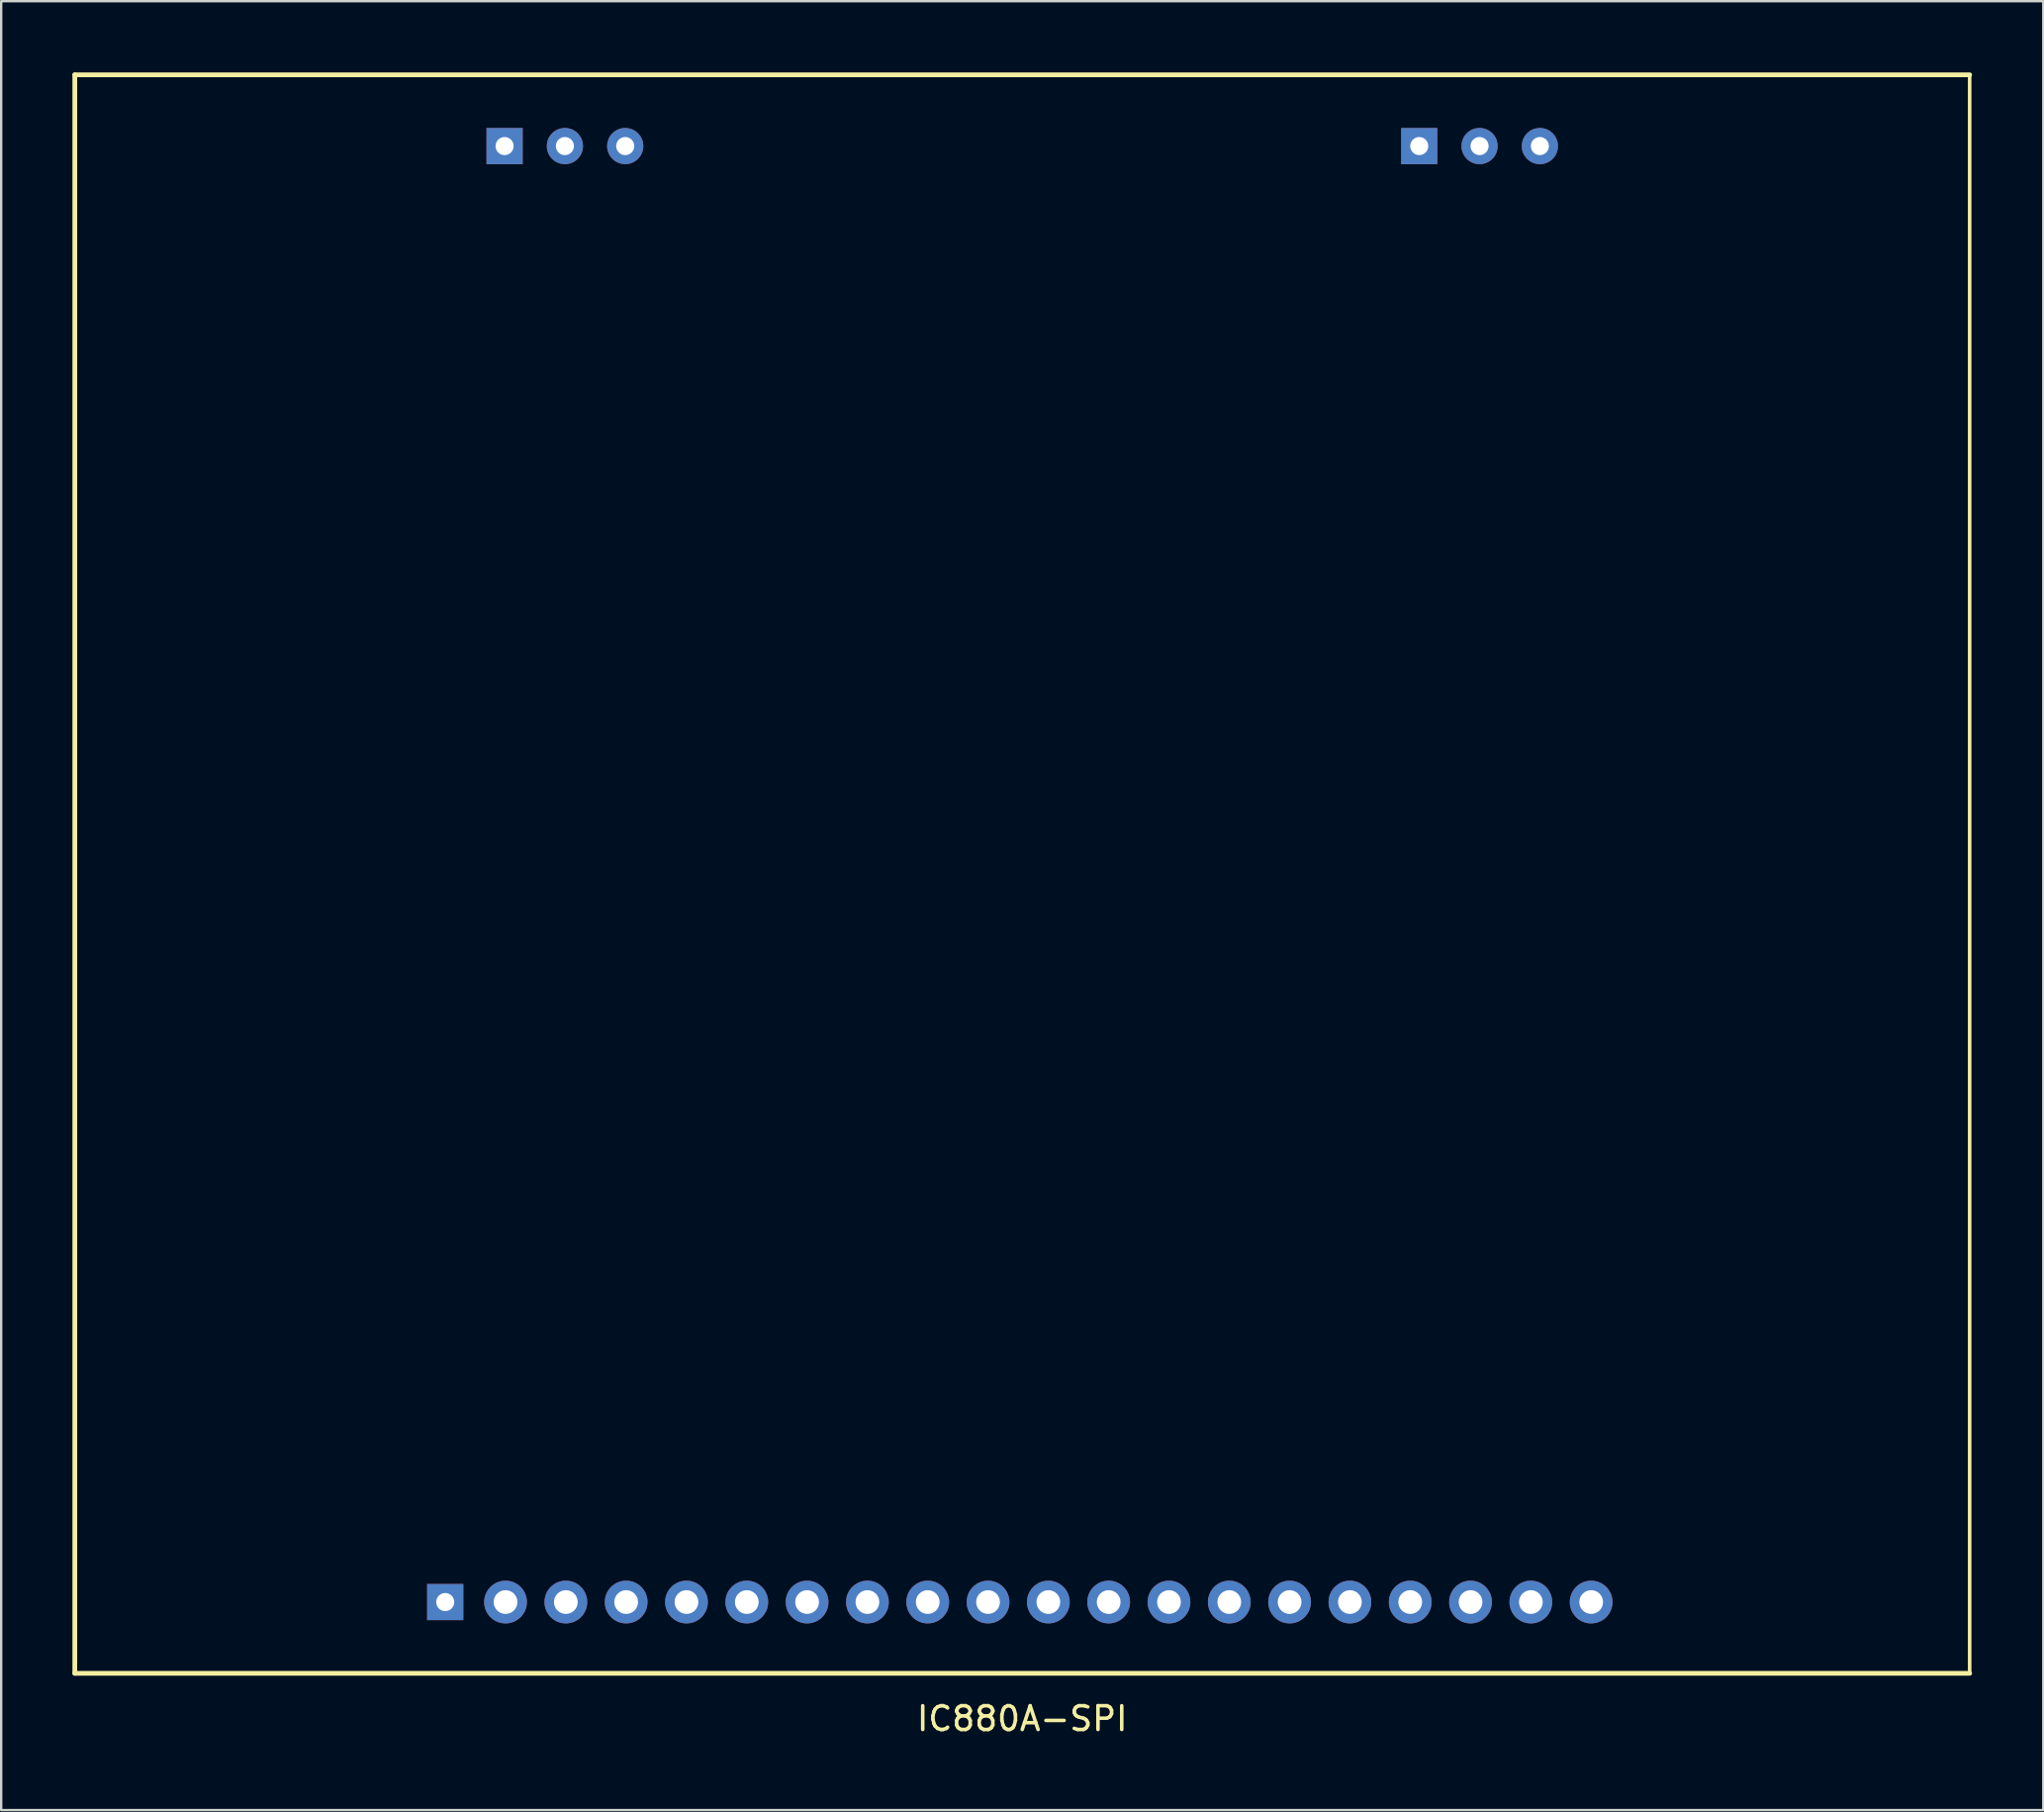
<source format=kicad_pcb>
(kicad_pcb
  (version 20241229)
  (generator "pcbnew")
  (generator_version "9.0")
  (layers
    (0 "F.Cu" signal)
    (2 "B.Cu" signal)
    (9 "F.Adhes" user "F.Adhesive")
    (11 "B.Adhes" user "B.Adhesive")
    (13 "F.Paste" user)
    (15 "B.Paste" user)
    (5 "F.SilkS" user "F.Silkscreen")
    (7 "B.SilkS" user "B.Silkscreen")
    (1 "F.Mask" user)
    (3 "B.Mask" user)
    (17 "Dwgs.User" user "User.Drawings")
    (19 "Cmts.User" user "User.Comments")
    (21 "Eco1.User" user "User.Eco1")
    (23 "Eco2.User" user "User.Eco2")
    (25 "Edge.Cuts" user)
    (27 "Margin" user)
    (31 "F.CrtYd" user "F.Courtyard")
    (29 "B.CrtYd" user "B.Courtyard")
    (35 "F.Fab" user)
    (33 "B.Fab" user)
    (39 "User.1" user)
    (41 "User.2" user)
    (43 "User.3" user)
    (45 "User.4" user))
  (footprint "IC880A-SPI"
    (layer "F.Cu")
    (at 40 33.75)
    (property "Reference" "IC880A-SPI" (at 0 35.56 0) (layer "F.SilkS") (effects (font (size 1 1) (thickness 0.15))))
    (attr through_hole)
    (fp_line (start -39.9 -33.65) (end 39.9 -33.65) (stroke (width 0.2) (type solid)) (layer "F.SilkS"))
    (fp_line (start -39.9 33.65) (end -39.9 -33.65) (stroke (width 0.2) (type solid)) (layer "F.SilkS"))
    (fp_line (start 39.9 -33.65) (end 39.9 33.65) (stroke (width 0.15) (type solid)) (layer "F.SilkS"))
    (fp_line (start 39.9 33.65) (end -39.9 33.65) (stroke (width 0.2) (type solid)) (layer "F.SilkS"))
    (pad "1" thru_hole rect (at -24.3 30.65) (size 1.524 1.524) (drill 0.762) (layers "*.Cu" "*.Mask"))
    (pad "2" thru_hole circle (at -21.76 30.65) (size 1.8 1.8) (drill 1) (layers "*.Cu" "*.Mask"))
    (pad "3" thru_hole circle (at -19.22 30.65) (size 1.8 1.8) (drill 1) (layers "*.Cu" "*.Mask"))
    (pad "4" thru_hole circle (at -16.68 30.65) (size 1.8 1.8) (drill 1) (layers "*.Cu" "*.Mask"))
    (pad "5" thru_hole circle (at -14.14 30.65) (size 1.8 1.8) (drill 1) (layers "*.Cu" "*.Mask"))
    (pad "6" thru_hole circle (at -11.6 30.65) (size 1.8 1.8) (drill 1) (layers "*.Cu" "*.Mask"))
    (pad "7" thru_hole circle (at -9.06 30.65) (size 1.8 1.8) (drill 1) (layers "*.Cu" "*.Mask"))
    (pad "8" thru_hole circle (at -6.52 30.65) (size 1.8 1.8) (drill 1) (layers "*.Cu" "*.Mask"))
    (pad "9" thru_hole circle (at -3.98 30.65) (size 1.8 1.8) (drill 1) (layers "*.Cu" "*.Mask"))
    (pad "10" thru_hole circle (at -1.44 30.65) (size 1.8 1.8) (drill 1) (layers "*.Cu" "*.Mask"))
    (pad "11" thru_hole circle (at 1.1 30.65) (size 1.8 1.8) (drill 1) (layers "*.Cu" "*.Mask"))
    (pad "12" thru_hole circle (at 3.64 30.65) (size 1.8 1.8) (drill 1) (layers "*.Cu" "*.Mask"))
    (pad "13" thru_hole circle (at 6.18 30.65) (size 1.8 1.8) (drill 1) (layers "*.Cu" "*.Mask"))
    (pad "14" thru_hole circle (at 8.72 30.65) (size 1.8 1.8) (drill 1) (layers "*.Cu" "*.Mask"))
    (pad "15" thru_hole circle (at 11.26 30.65) (size 1.8 1.8) (drill 1) (layers "*.Cu" "*.Mask"))
    (pad "16" thru_hole circle (at 13.8 30.65) (size 1.8 1.8) (drill 1) (layers "*.Cu" "*.Mask"))
    (pad "17" thru_hole circle (at 16.34 30.65) (size 1.8 1.8) (drill 1) (layers "*.Cu" "*.Mask"))
    (pad "18" thru_hole circle (at 18.88 30.65) (size 1.8 1.8) (drill 1) (layers "*.Cu" "*.Mask"))
    (pad "19" thru_hole circle (at 21.42 30.65) (size 1.8 1.8) (drill 1) (layers "*.Cu" "*.Mask"))
    (pad "20" thru_hole circle (at 23.96 30.65) (size 1.8 1.8) (drill 1) (layers "*.Cu" "*.Mask"))
    (pad "21" thru_hole rect (at -21.8 -30.65) (size 1.524 1.524) (drill 0.762) (layers "*.Cu" "*.Mask"))
    (pad "22" thru_hole circle (at -19.26 -30.65) (size 1.524 1.524) (drill 0.762) (layers "*.Cu" "*.Mask"))
    (pad "23" thru_hole circle (at -16.72 -30.65) (size 1.524 1.524) (drill 0.762) (layers "*.Cu" "*.Mask"))
    (pad "24" thru_hole rect (at 16.72 -30.65) (size 1.524 1.524) (drill 0.762) (layers "*.Cu" "*.Mask"))
    (pad "25" thru_hole circle (at 19.26 -30.65) (size 1.524 1.524) (drill 0.762) (layers "*.Cu" "*.Mask"))
    (pad "26" thru_hole circle (at 21.8 -30.65) (size 1.524 1.524) (drill 0.762) (layers "*.Cu" "*.Mask")))
  (gr_rect
    (start -3 -3)
    (end 83 73.158)
    (stroke (width 0.1) (type default))
    (fill no)
    (layer "Edge.Cuts")))
</source>
